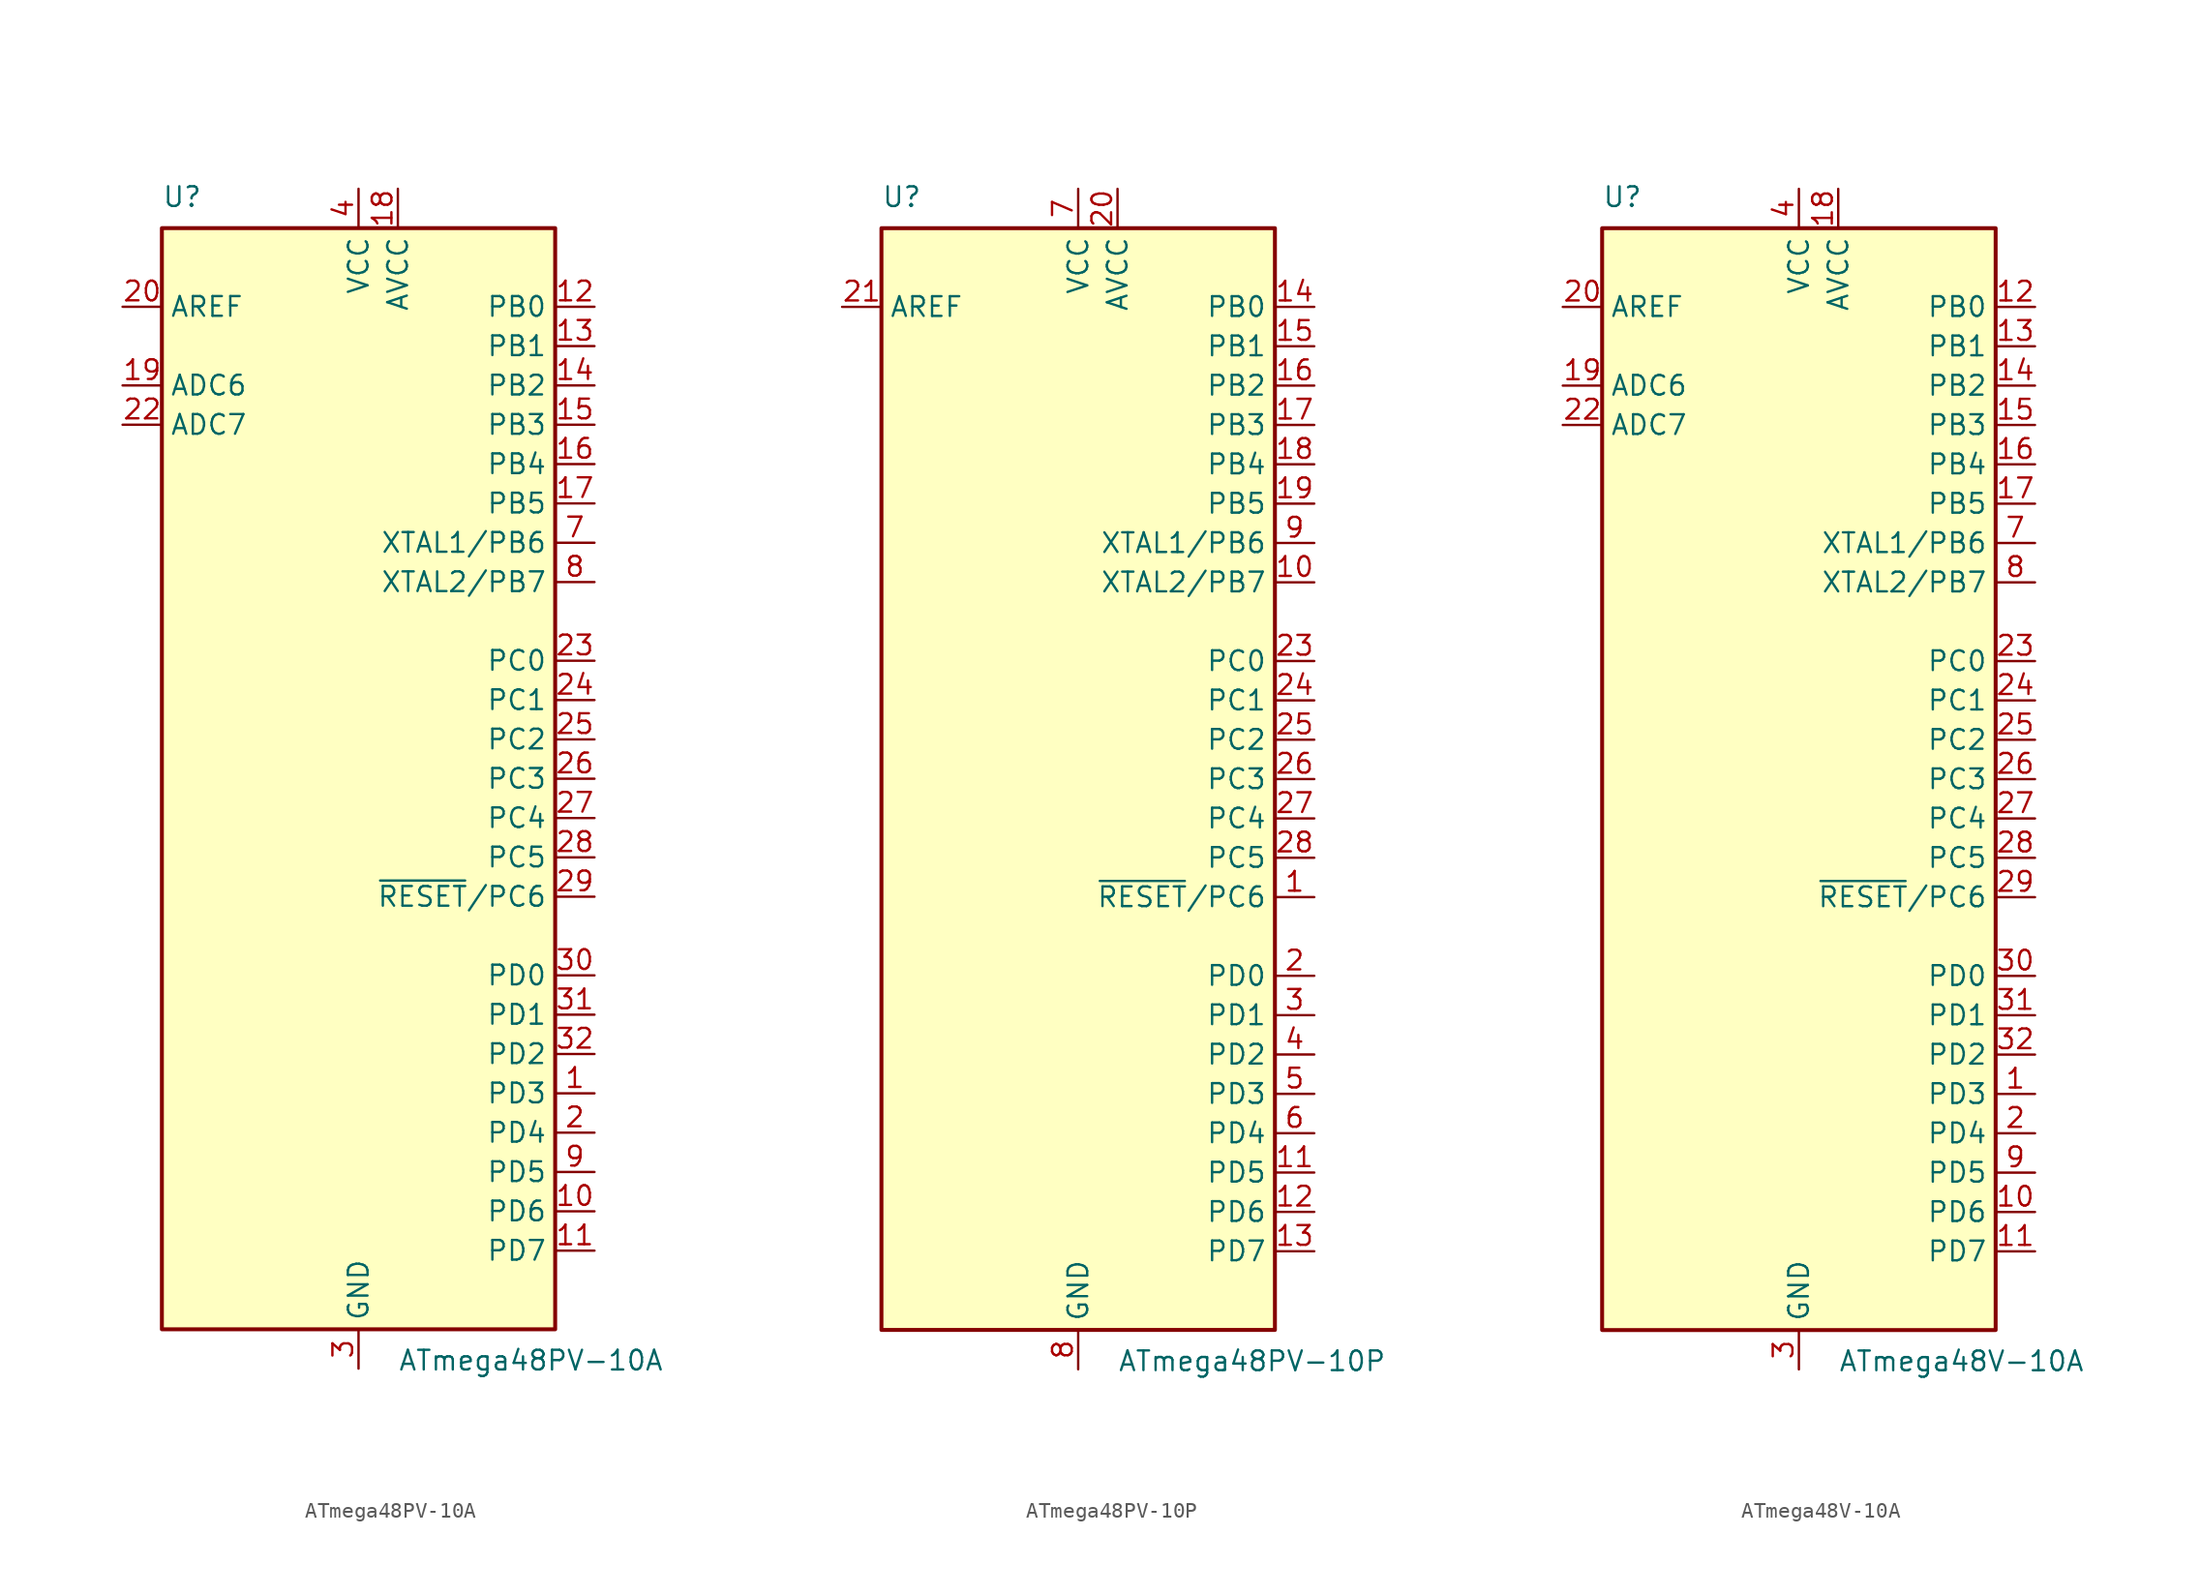
<source format=kicad_sym>
(kicad_symbol_lib
  (version 20220914)
  (generator kicad_symbol_editor)
  (symbol "ATmega48PV-10A"
    (property "Reference" "U"
      (at -12.7 36.83 0)
      (effects (font (size 1.27 1.27)) (justify left bottom)))
    (property "Value" "ATmega48PV-10A"
      (at 2.54 -36.83 0)
      (effects (font (size 1.27 1.27)) (justify left top)))
    (symbol "ATmega48PV-10A_0_1"
      (rectangle (start -12.7 -35.56) (end 12.7 35.56) (stroke (width 0.254) (type default)) (fill (type background))))
    (symbol "ATmega48PV-10A_1_1"
      (pin bidirectional line (at 15.24 -20.32 180) (length 2.54) (name "PD3" (effects (font (size 1.27 1.27)))) (number "1" (effects (font (size 1.27 1.27)))))
      (pin bidirectional line (at 15.24 -27.94 180) (length 2.54) (name "PD6" (effects (font (size 1.27 1.27)))) (number "10" (effects (font (size 1.27 1.27)))))
      (pin bidirectional line (at 15.24 -30.48 180) (length 2.54) (name "PD7" (effects (font (size 1.27 1.27)))) (number "11" (effects (font (size 1.27 1.27)))))
      (pin bidirectional line (at 15.24 30.48 180) (length 2.54) (name "PB0" (effects (font (size 1.27 1.27)))) (number "12" (effects (font (size 1.27 1.27)))))
      (pin bidirectional line (at 15.24 27.94 180) (length 2.54) (name "PB1" (effects (font (size 1.27 1.27)))) (number "13" (effects (font (size 1.27 1.27)))))
      (pin bidirectional line (at 15.24 25.4 180) (length 2.54) (name "PB2" (effects (font (size 1.27 1.27)))) (number "14" (effects (font (size 1.27 1.27)))))
      (pin bidirectional line (at 15.24 22.86 180) (length 2.54) (name "PB3" (effects (font (size 1.27 1.27)))) (number "15" (effects (font (size 1.27 1.27)))))
      (pin bidirectional line (at 15.24 20.32 180) (length 2.54) (name "PB4" (effects (font (size 1.27 1.27)))) (number "16" (effects (font (size 1.27 1.27)))))
      (pin bidirectional line (at 15.24 17.78 180) (length 2.54) (name "PB5" (effects (font (size 1.27 1.27)))) (number "17" (effects (font (size 1.27 1.27)))))
      (pin power_in line (at 2.54 38.1 270) (length 2.54) (name "AVCC" (effects (font (size 1.27 1.27)))) (number "18" (effects (font (size 1.27 1.27)))))
      (pin input line (at -15.24 25.4 0) (length 2.54) (name "ADC6" (effects (font (size 1.27 1.27)))) (number "19" (effects (font (size 1.27 1.27)))))
      (pin bidirectional line (at 15.24 -22.86 180) (length 2.54) (name "PD4" (effects (font (size 1.27 1.27)))) (number "2" (effects (font (size 1.27 1.27)))))
      (pin passive line (at -15.24 30.48 0) (length 2.54) (name "AREF" (effects (font (size 1.27 1.27)))) (number "20" (effects (font (size 1.27 1.27)))))
      (pin passive line (at 0 -38.1 90) (length 2.54) hide (name "GND" (effects (font (size 1.27 1.27)))) (number "21" (effects (font (size 1.27 1.27)))))
      (pin input line (at -15.24 22.86 0) (length 2.54) (name "ADC7" (effects (font (size 1.27 1.27)))) (number "22" (effects (font (size 1.27 1.27)))))
      (pin bidirectional line (at 15.24 7.62 180) (length 2.54) (name "PC0" (effects (font (size 1.27 1.27)))) (number "23" (effects (font (size 1.27 1.27)))))
      (pin bidirectional line (at 15.24 5.08 180) (length 2.54) (name "PC1" (effects (font (size 1.27 1.27)))) (number "24" (effects (font (size 1.27 1.27)))))
      (pin bidirectional line (at 15.24 2.54 180) (length 2.54) (name "PC2" (effects (font (size 1.27 1.27)))) (number "25" (effects (font (size 1.27 1.27)))))
      (pin bidirectional line (at 15.24 0 180) (length 2.54) (name "PC3" (effects (font (size 1.27 1.27)))) (number "26" (effects (font (size 1.27 1.27)))))
      (pin bidirectional line (at 15.24 -2.54 180) (length 2.54) (name "PC4" (effects (font (size 1.27 1.27)))) (number "27" (effects (font (size 1.27 1.27)))))
      (pin bidirectional line (at 15.24 -5.08 180) (length 2.54) (name "PC5" (effects (font (size 1.27 1.27)))) (number "28" (effects (font (size 1.27 1.27)))))
      (pin bidirectional line (at 15.24 -7.62 180) (length 2.54) (name "~{RESET}/PC6" (effects (font (size 1.27 1.27)))) (number "29" (effects (font (size 1.27 1.27)))))
      (pin power_in line (at 0 -38.1 90) (length 2.54) (name "GND" (effects (font (size 1.27 1.27)))) (number "3" (effects (font (size 1.27 1.27)))))
      (pin bidirectional line (at 15.24 -12.7 180) (length 2.54) (name "PD0" (effects (font (size 1.27 1.27)))) (number "30" (effects (font (size 1.27 1.27)))))
      (pin bidirectional line (at 15.24 -15.24 180) (length 2.54) (name "PD1" (effects (font (size 1.27 1.27)))) (number "31" (effects (font (size 1.27 1.27)))))
      (pin bidirectional line (at 15.24 -17.78 180) (length 2.54) (name "PD2" (effects (font (size 1.27 1.27)))) (number "32" (effects (font (size 1.27 1.27)))))
      (pin power_in line (at 0 38.1 270) (length 2.54) (name "VCC" (effects (font (size 1.27 1.27)))) (number "4" (effects (font (size 1.27 1.27)))))
      (pin passive line (at 0 -38.1 90) (length 2.54) hide (name "GND" (effects (font (size 1.27 1.27)))) (number "5" (effects (font (size 1.27 1.27)))))
      (pin passive line (at 0 38.1 270) (length 2.54) hide (name "VCC" (effects (font (size 1.27 1.27)))) (number "6" (effects (font (size 1.27 1.27)))))
      (pin bidirectional line (at 15.24 15.24 180) (length 2.54) (name "XTAL1/PB6" (effects (font (size 1.27 1.27)))) (number "7" (effects (font (size 1.27 1.27)))))
      (pin bidirectional line (at 15.24 12.7 180) (length 2.54) (name "XTAL2/PB7" (effects (font (size 1.27 1.27)))) (number "8" (effects (font (size 1.27 1.27)))))
      (pin bidirectional line (at 15.24 -25.4 180) (length 2.54) (name "PD5" (effects (font (size 1.27 1.27)))) (number "9" (effects (font (size 1.27 1.27)))))))
  (symbol "ATmega48PV-10P"
    (property "Reference" "U"
      (at -12.7 36.83 0)
      (effects (font (size 1.27 1.27)) (justify left bottom)))
    (property "Value" "ATmega48PV-10P"
      (at 2.54 -36.83 0)
      (effects (font (size 1.27 1.27)) (justify left top)))
    (symbol "ATmega48PV-10P_0_1"
      (rectangle (start -12.7 -35.56) (end 12.7 35.56) (stroke (width 0.254) (type default)) (fill (type background))))
    (symbol "ATmega48PV-10P_1_1"
      (pin bidirectional line (at 15.24 -7.62 180) (length 2.54) (name "~{RESET}/PC6" (effects (font (size 1.27 1.27)))) (number "1" (effects (font (size 1.27 1.27)))))
      (pin bidirectional line (at 15.24 12.7 180) (length 2.54) (name "XTAL2/PB7" (effects (font (size 1.27 1.27)))) (number "10" (effects (font (size 1.27 1.27)))))
      (pin bidirectional line (at 15.24 -25.4 180) (length 2.54) (name "PD5" (effects (font (size 1.27 1.27)))) (number "11" (effects (font (size 1.27 1.27)))))
      (pin bidirectional line (at 15.24 -27.94 180) (length 2.54) (name "PD6" (effects (font (size 1.27 1.27)))) (number "12" (effects (font (size 1.27 1.27)))))
      (pin bidirectional line (at 15.24 -30.48 180) (length 2.54) (name "PD7" (effects (font (size 1.27 1.27)))) (number "13" (effects (font (size 1.27 1.27)))))
      (pin bidirectional line (at 15.24 30.48 180) (length 2.54) (name "PB0" (effects (font (size 1.27 1.27)))) (number "14" (effects (font (size 1.27 1.27)))))
      (pin bidirectional line (at 15.24 27.94 180) (length 2.54) (name "PB1" (effects (font (size 1.27 1.27)))) (number "15" (effects (font (size 1.27 1.27)))))
      (pin bidirectional line (at 15.24 25.4 180) (length 2.54) (name "PB2" (effects (font (size 1.27 1.27)))) (number "16" (effects (font (size 1.27 1.27)))))
      (pin bidirectional line (at 15.24 22.86 180) (length 2.54) (name "PB3" (effects (font (size 1.27 1.27)))) (number "17" (effects (font (size 1.27 1.27)))))
      (pin bidirectional line (at 15.24 20.32 180) (length 2.54) (name "PB4" (effects (font (size 1.27 1.27)))) (number "18" (effects (font (size 1.27 1.27)))))
      (pin bidirectional line (at 15.24 17.78 180) (length 2.54) (name "PB5" (effects (font (size 1.27 1.27)))) (number "19" (effects (font (size 1.27 1.27)))))
      (pin bidirectional line (at 15.24 -12.7 180) (length 2.54) (name "PD0" (effects (font (size 1.27 1.27)))) (number "2" (effects (font (size 1.27 1.27)))))
      (pin power_in line (at 2.54 38.1 270) (length 2.54) (name "AVCC" (effects (font (size 1.27 1.27)))) (number "20" (effects (font (size 1.27 1.27)))))
      (pin passive line (at -15.24 30.48 0) (length 2.54) (name "AREF" (effects (font (size 1.27 1.27)))) (number "21" (effects (font (size 1.27 1.27)))))
      (pin passive line (at 0 -38.1 90) (length 2.54) hide (name "GND" (effects (font (size 1.27 1.27)))) (number "22" (effects (font (size 1.27 1.27)))))
      (pin bidirectional line (at 15.24 7.62 180) (length 2.54) (name "PC0" (effects (font (size 1.27 1.27)))) (number "23" (effects (font (size 1.27 1.27)))))
      (pin bidirectional line (at 15.24 5.08 180) (length 2.54) (name "PC1" (effects (font (size 1.27 1.27)))) (number "24" (effects (font (size 1.27 1.27)))))
      (pin bidirectional line (at 15.24 2.54 180) (length 2.54) (name "PC2" (effects (font (size 1.27 1.27)))) (number "25" (effects (font (size 1.27 1.27)))))
      (pin bidirectional line (at 15.24 0 180) (length 2.54) (name "PC3" (effects (font (size 1.27 1.27)))) (number "26" (effects (font (size 1.27 1.27)))))
      (pin bidirectional line (at 15.24 -2.54 180) (length 2.54) (name "PC4" (effects (font (size 1.27 1.27)))) (number "27" (effects (font (size 1.27 1.27)))))
      (pin bidirectional line (at 15.24 -5.08 180) (length 2.54) (name "PC5" (effects (font (size 1.27 1.27)))) (number "28" (effects (font (size 1.27 1.27)))))
      (pin bidirectional line (at 15.24 -15.24 180) (length 2.54) (name "PD1" (effects (font (size 1.27 1.27)))) (number "3" (effects (font (size 1.27 1.27)))))
      (pin bidirectional line (at 15.24 -17.78 180) (length 2.54) (name "PD2" (effects (font (size 1.27 1.27)))) (number "4" (effects (font (size 1.27 1.27)))))
      (pin bidirectional line (at 15.24 -20.32 180) (length 2.54) (name "PD3" (effects (font (size 1.27 1.27)))) (number "5" (effects (font (size 1.27 1.27)))))
      (pin bidirectional line (at 15.24 -22.86 180) (length 2.54) (name "PD4" (effects (font (size 1.27 1.27)))) (number "6" (effects (font (size 1.27 1.27)))))
      (pin power_in line (at 0 38.1 270) (length 2.54) (name "VCC" (effects (font (size 1.27 1.27)))) (number "7" (effects (font (size 1.27 1.27)))))
      (pin power_in line (at 0 -38.1 90) (length 2.54) (name "GND" (effects (font (size 1.27 1.27)))) (number "8" (effects (font (size 1.27 1.27)))))
      (pin bidirectional line (at 15.24 15.24 180) (length 2.54) (name "XTAL1/PB6" (effects (font (size 1.27 1.27)))) (number "9" (effects (font (size 1.27 1.27)))))))
  (symbol "ATmega48V-10A"
    (property "Reference" "U"
      (at -12.7 36.83 0)
      (effects (font (size 1.27 1.27)) (justify left bottom)))
    (property "Value" "ATmega48V-10A"
      (at 2.54 -36.83 0)
      (effects (font (size 1.27 1.27)) (justify left top)))
    (symbol "ATmega48V-10A_0_1"
      (rectangle (start -12.7 -35.56) (end 12.7 35.56) (stroke (width 0.254) (type default)) (fill (type background))))
    (symbol "ATmega48V-10A_1_1"
      (pin bidirectional line (at 15.24 -20.32 180) (length 2.54) (name "PD3" (effects (font (size 1.27 1.27)))) (number "1" (effects (font (size 1.27 1.27)))))
      (pin bidirectional line (at 15.24 -27.94 180) (length 2.54) (name "PD6" (effects (font (size 1.27 1.27)))) (number "10" (effects (font (size 1.27 1.27)))))
      (pin bidirectional line (at 15.24 -30.48 180) (length 2.54) (name "PD7" (effects (font (size 1.27 1.27)))) (number "11" (effects (font (size 1.27 1.27)))))
      (pin bidirectional line (at 15.24 30.48 180) (length 2.54) (name "PB0" (effects (font (size 1.27 1.27)))) (number "12" (effects (font (size 1.27 1.27)))))
      (pin bidirectional line (at 15.24 27.94 180) (length 2.54) (name "PB1" (effects (font (size 1.27 1.27)))) (number "13" (effects (font (size 1.27 1.27)))))
      (pin bidirectional line (at 15.24 25.4 180) (length 2.54) (name "PB2" (effects (font (size 1.27 1.27)))) (number "14" (effects (font (size 1.27 1.27)))))
      (pin bidirectional line (at 15.24 22.86 180) (length 2.54) (name "PB3" (effects (font (size 1.27 1.27)))) (number "15" (effects (font (size 1.27 1.27)))))
      (pin bidirectional line (at 15.24 20.32 180) (length 2.54) (name "PB4" (effects (font (size 1.27 1.27)))) (number "16" (effects (font (size 1.27 1.27)))))
      (pin bidirectional line (at 15.24 17.78 180) (length 2.54) (name "PB5" (effects (font (size 1.27 1.27)))) (number "17" (effects (font (size 1.27 1.27)))))
      (pin power_in line (at 2.54 38.1 270) (length 2.54) (name "AVCC" (effects (font (size 1.27 1.27)))) (number "18" (effects (font (size 1.27 1.27)))))
      (pin input line (at -15.24 25.4 0) (length 2.54) (name "ADC6" (effects (font (size 1.27 1.27)))) (number "19" (effects (font (size 1.27 1.27)))))
      (pin bidirectional line (at 15.24 -22.86 180) (length 2.54) (name "PD4" (effects (font (size 1.27 1.27)))) (number "2" (effects (font (size 1.27 1.27)))))
      (pin passive line (at -15.24 30.48 0) (length 2.54) (name "AREF" (effects (font (size 1.27 1.27)))) (number "20" (effects (font (size 1.27 1.27)))))
      (pin passive line (at 0 -38.1 90) (length 2.54) hide (name "GND" (effects (font (size 1.27 1.27)))) (number "21" (effects (font (size 1.27 1.27)))))
      (pin input line (at -15.24 22.86 0) (length 2.54) (name "ADC7" (effects (font (size 1.27 1.27)))) (number "22" (effects (font (size 1.27 1.27)))))
      (pin bidirectional line (at 15.24 7.62 180) (length 2.54) (name "PC0" (effects (font (size 1.27 1.27)))) (number "23" (effects (font (size 1.27 1.27)))))
      (pin bidirectional line (at 15.24 5.08 180) (length 2.54) (name "PC1" (effects (font (size 1.27 1.27)))) (number "24" (effects (font (size 1.27 1.27)))))
      (pin bidirectional line (at 15.24 2.54 180) (length 2.54) (name "PC2" (effects (font (size 1.27 1.27)))) (number "25" (effects (font (size 1.27 1.27)))))
      (pin bidirectional line (at 15.24 0 180) (length 2.54) (name "PC3" (effects (font (size 1.27 1.27)))) (number "26" (effects (font (size 1.27 1.27)))))
      (pin bidirectional line (at 15.24 -2.54 180) (length 2.54) (name "PC4" (effects (font (size 1.27 1.27)))) (number "27" (effects (font (size 1.27 1.27)))))
      (pin bidirectional line (at 15.24 -5.08 180) (length 2.54) (name "PC5" (effects (font (size 1.27 1.27)))) (number "28" (effects (font (size 1.27 1.27)))))
      (pin bidirectional line (at 15.24 -7.62 180) (length 2.54) (name "~{RESET}/PC6" (effects (font (size 1.27 1.27)))) (number "29" (effects (font (size 1.27 1.27)))))
      (pin power_in line (at 0 -38.1 90) (length 2.54) (name "GND" (effects (font (size 1.27 1.27)))) (number "3" (effects (font (size 1.27 1.27)))))
      (pin bidirectional line (at 15.24 -12.7 180) (length 2.54) (name "PD0" (effects (font (size 1.27 1.27)))) (number "30" (effects (font (size 1.27 1.27)))))
      (pin bidirectional line (at 15.24 -15.24 180) (length 2.54) (name "PD1" (effects (font (size 1.27 1.27)))) (number "31" (effects (font (size 1.27 1.27)))))
      (pin bidirectional line (at 15.24 -17.78 180) (length 2.54) (name "PD2" (effects (font (size 1.27 1.27)))) (number "32" (effects (font (size 1.27 1.27)))))
      (pin power_in line (at 0 38.1 270) (length 2.54) (name "VCC" (effects (font (size 1.27 1.27)))) (number "4" (effects (font (size 1.27 1.27)))))
      (pin passive line (at 0 -38.1 90) (length 2.54) hide (name "GND" (effects (font (size 1.27 1.27)))) (number "5" (effects (font (size 1.27 1.27)))))
      (pin passive line (at 0 38.1 270) (length 2.54) hide (name "VCC" (effects (font (size 1.27 1.27)))) (number "6" (effects (font (size 1.27 1.27)))))
      (pin bidirectional line (at 15.24 15.24 180) (length 2.54) (name "XTAL1/PB6" (effects (font (size 1.27 1.27)))) (number "7" (effects (font (size 1.27 1.27)))))
      (pin bidirectional line (at 15.24 12.7 180) (length 2.54) (name "XTAL2/PB7" (effects (font (size 1.27 1.27)))) (number "8" (effects (font (size 1.27 1.27)))))
      (pin bidirectional line (at 15.24 -25.4 180) (length 2.54) (name "PD5" (effects (font (size 1.27 1.27)))) (number "9" (effects (font (size 1.27 1.27))))))))
</source>
